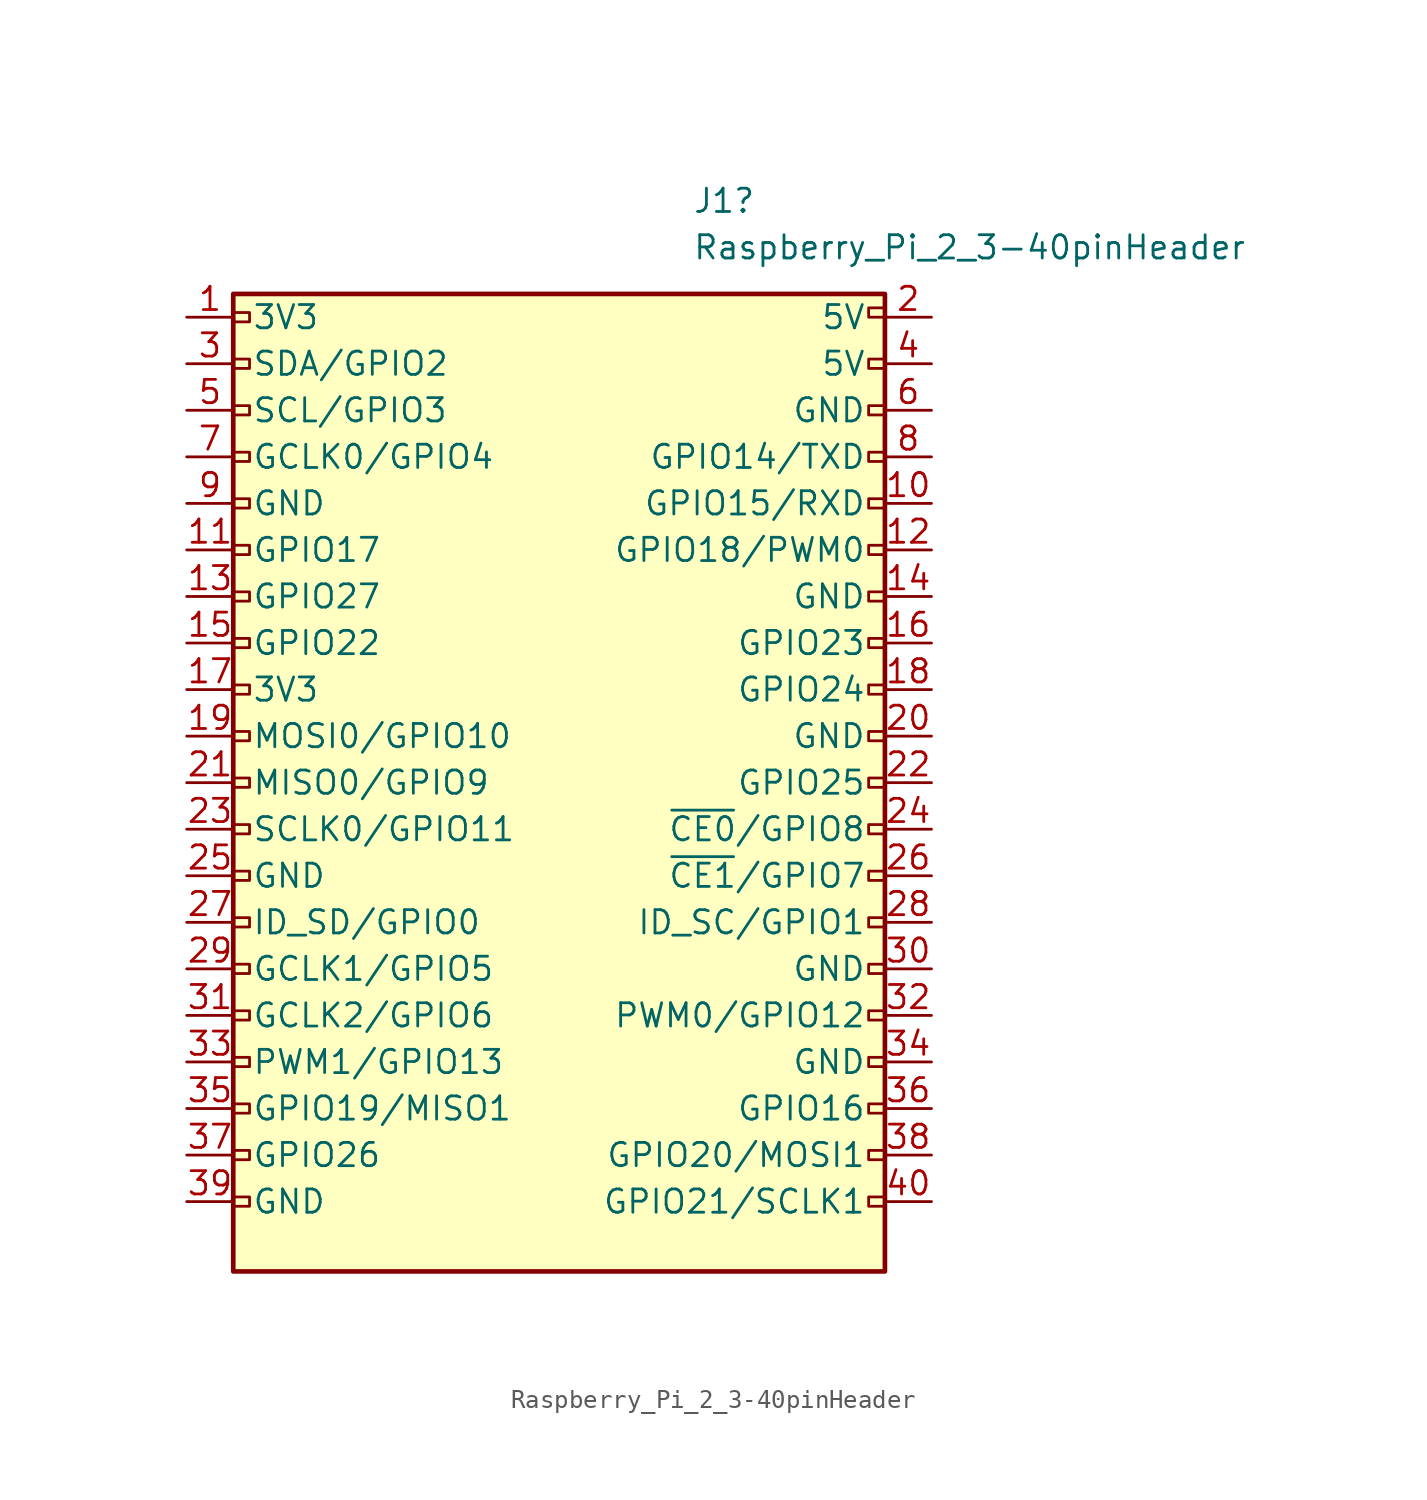
<source format=kicad_sym>
(kicad_symbol_lib
  (version 20220914)
  (generator kicad_symbol_editor)
  (symbol "Raspberry_Pi_2_3-40pinHeader"
    (pin_names
      (offset 1.016))
    (property "Reference" "J1"
      (at 7.274 35.56 0)
      (effects (font (size 1.27 1.27)) (justify left)))
    (property "Value" "Raspberry_Pi_2_3-40pinHeader"
      (at 7.274 33.02 0)
      (effects (font (size 1.27 1.27)) (justify left)))
    (symbol "Raspberry_Pi_2_3-40pinHeader_0_1"
      (rectangle (start -17.78 30.48) (end 17.78 -22.86) (stroke (width 0.254) (type default)) (fill (type background))))
    (symbol "Raspberry_Pi_2_3-40pinHeader_1_1"
      (rectangle (start -17.78 -11.684) (end -16.891 -11.176) (stroke (width 0) (type default)) (fill (type none)))
      (rectangle (start -17.78 -9.144) (end -16.891 -8.636) (stroke (width 0) (type default)) (fill (type none)))
      (rectangle (start -17.78 -6.604) (end -16.891 -6.096) (stroke (width 0) (type default)) (fill (type none)))
      (rectangle (start -17.78 -4.064) (end -16.891 -3.556) (stroke (width 0) (type default)) (fill (type none)))
      (rectangle (start -17.78 1.016) (end -16.891 1.524) (stroke (width 0) (type default)) (fill (type none)))
      (rectangle (start -17.78 3.556) (end -16.891 4.064) (stroke (width 0) (type default)) (fill (type none)))
      (rectangle (start -17.78 6.096) (end -16.891 6.604) (stroke (width 0) (type default)) (fill (type none)))
      (rectangle (start -17.78 8.636) (end -16.891 9.144) (stroke (width 0) (type default)) (fill (type none)))
      (rectangle (start -17.78 21.336) (end -16.891 21.844) (stroke (width 0) (type default)) (fill (type none)))
      (rectangle (start -17.78 23.876) (end -16.891 24.384) (stroke (width 0) (type default)) (fill (type none)))
      (rectangle (start -17.78 26.416) (end -16.891 26.924) (stroke (width 0) (type default)) (fill (type none)))
      (rectangle (start -17.78 28.956) (end -16.891 29.464) (stroke (width 0) (type default)) (fill (type none)))
      (rectangle (start -16.891 -18.796) (end -17.78 -19.304) (stroke (width 0) (type default)) (fill (type none)))
      (rectangle (start -16.891 -16.256) (end -17.78 -16.764) (stroke (width 0) (type default)) (fill (type none)))
      (rectangle (start -16.891 -13.716) (end -17.78 -14.224) (stroke (width 0) (type default)) (fill (type none)))
      (rectangle (start -16.891 -1.016) (end -17.78 -1.524) (stroke (width 0) (type default)) (fill (type none)))
      (rectangle (start -16.891 11.684) (end -17.78 11.176) (stroke (width 0) (type default)) (fill (type none)))
      (rectangle (start -16.891 14.224) (end -17.78 13.716) (stroke (width 0) (type default)) (fill (type none)))
      (rectangle (start -16.891 16.764) (end -17.78 16.256) (stroke (width 0) (type default)) (fill (type none)))
      (rectangle (start -16.891 19.304) (end -17.78 18.796) (stroke (width 0) (type default)) (fill (type none)))
      (rectangle (start 16.891 -19.304) (end 17.78 -18.796) (stroke (width 0) (type default)) (fill (type none)))
      (rectangle (start 16.891 -16.764) (end 17.78 -16.256) (stroke (width 0) (type default)) (fill (type none)))
      (rectangle (start 16.891 -14.224) (end 17.78 -13.716) (stroke (width 0) (type default)) (fill (type none)))
      (rectangle (start 16.891 -11.684) (end 17.78 -11.176) (stroke (width 0) (type default)) (fill (type none)))
      (rectangle (start 16.891 -6.604) (end 17.78 -6.096) (stroke (width 0) (type default)) (fill (type none)))
      (rectangle (start 16.891 1.524) (end 17.78 1.016) (stroke (width 0) (type default)) (fill (type none)))
      (rectangle (start 16.891 3.556) (end 17.78 4.064) (stroke (width 0) (type default)) (fill (type none)))
      (rectangle (start 16.891 6.096) (end 17.78 6.604) (stroke (width 0) (type default)) (fill (type none)))
      (rectangle (start 16.891 13.716) (end 17.78 14.224) (stroke (width 0) (type default)) (fill (type none)))
      (rectangle (start 16.891 16.256) (end 17.78 16.764) (stroke (width 0) (type default)) (fill (type none)))
      (rectangle (start 16.891 18.796) (end 17.78 19.304) (stroke (width 0) (type default)) (fill (type none)))
      (rectangle (start 16.891 21.336) (end 17.78 21.844) (stroke (width 0) (type default)) (fill (type none)))
      (rectangle (start 16.891 23.876) (end 17.78 24.384) (stroke (width 0) (type default)) (fill (type none)))
      (rectangle (start 17.78 -8.636) (end 16.891 -9.144) (stroke (width 0) (type default)) (fill (type none)))
      (rectangle (start 17.78 -3.556) (end 16.891 -4.064) (stroke (width 0) (type default)) (fill (type none)))
      (rectangle (start 17.78 -1.016) (end 16.891 -1.524) (stroke (width 0) (type default)) (fill (type none)))
      (rectangle (start 17.78 8.636) (end 16.891 9.144) (stroke (width 0) (type default)) (fill (type none)))
      (rectangle (start 17.78 11.176) (end 16.891 11.684) (stroke (width 0) (type default)) (fill (type none)))
      (rectangle (start 17.78 26.924) (end 16.891 26.416) (stroke (width 0) (type default)) (fill (type none)))
      (rectangle (start 17.78 29.21) (end 16.891 29.718) (stroke (width 0) (type default)) (fill (type none)))
      (pin power_in line (at -20.32 29.21 0) (length 2.54) (name "3V3" (effects (font (size 1.27 1.27)))) (number "1" (effects (font (size 1.27 1.27)))))
      (pin bidirectional line (at 20.32 19.05 180) (length 2.54) (name "GPIO15/RXD" (effects (font (size 1.27 1.27)))) (number "10" (effects (font (size 1.27 1.27)))))
      (pin bidirectional line (at -20.32 16.51 0) (length 2.54) (name "GPIO17" (effects (font (size 1.27 1.27)))) (number "11" (effects (font (size 1.27 1.27)))))
      (pin bidirectional line (at 20.32 16.51 180) (length 2.54) (name "GPIO18/PWM0" (effects (font (size 1.27 1.27)))) (number "12" (effects (font (size 1.27 1.27)))))
      (pin bidirectional line (at -20.32 13.97 0) (length 2.54) (name "GPIO27" (effects (font (size 1.27 1.27)))) (number "13" (effects (font (size 1.27 1.27)))))
      (pin power_in line (at 20.32 13.97 180) (length 2.54) (name "GND" (effects (font (size 1.27 1.27)))) (number "14" (effects (font (size 1.27 1.27)))))
      (pin bidirectional line (at -20.32 11.43 0) (length 2.54) (name "GPIO22" (effects (font (size 1.27 1.27)))) (number "15" (effects (font (size 1.27 1.27)))))
      (pin bidirectional line (at 20.32 11.43 180) (length 2.54) (name "GPIO23" (effects (font (size 1.27 1.27)))) (number "16" (effects (font (size 1.27 1.27)))))
      (pin power_in line (at -20.32 8.89 0) (length 2.54) (name "3V3" (effects (font (size 1.27 1.27)))) (number "17" (effects (font (size 1.27 1.27)))))
      (pin bidirectional line (at 20.32 8.89 180) (length 2.54) (name "GPIO24" (effects (font (size 1.27 1.27)))) (number "18" (effects (font (size 1.27 1.27)))))
      (pin bidirectional line (at -20.32 6.35 0) (length 2.54) (name "MOSI0/GPIO10" (effects (font (size 1.27 1.27)))) (number "19" (effects (font (size 1.27 1.27)))))
      (pin power_in line (at 20.32 29.21 180) (length 2.54) (name "5V" (effects (font (size 1.27 1.27)))) (number "2" (effects (font (size 1.27 1.27)))))
      (pin power_in line (at 20.32 6.35 180) (length 2.54) (name "GND" (effects (font (size 1.27 1.27)))) (number "20" (effects (font (size 1.27 1.27)))))
      (pin bidirectional line (at -20.32 3.81 0) (length 2.54) (name "MISO0/GPIO9" (effects (font (size 1.27 1.27)))) (number "21" (effects (font (size 1.27 1.27)))))
      (pin bidirectional line (at 20.32 3.81 180) (length 2.54) (name "GPIO25" (effects (font (size 1.27 1.27)))) (number "22" (effects (font (size 1.27 1.27)))))
      (pin bidirectional line (at -20.32 1.27 0) (length 2.54) (name "SCLK0/GPIO11" (effects (font (size 1.27 1.27)))) (number "23" (effects (font (size 1.27 1.27)))))
      (pin bidirectional line (at 20.32 1.27 180) (length 2.54) (name "~{CE0}/GPIO8" (effects (font (size 1.27 1.27)))) (number "24" (effects (font (size 1.27 1.27)))))
      (pin power_in line (at -20.32 -1.27 0) (length 2.54) (name "GND" (effects (font (size 1.27 1.27)))) (number "25" (effects (font (size 1.27 1.27)))))
      (pin bidirectional line (at 20.32 -1.27 180) (length 2.54) (name "~{CE1}/GPIO7" (effects (font (size 1.27 1.27)))) (number "26" (effects (font (size 1.27 1.27)))))
      (pin bidirectional line (at -20.32 -3.81 0) (length 2.54) (name "ID_SD/GPIO0" (effects (font (size 1.27 1.27)))) (number "27" (effects (font (size 1.27 1.27)))))
      (pin bidirectional line (at 20.32 -3.81 180) (length 2.54) (name "ID_SC/GPIO1" (effects (font (size 1.27 1.27)))) (number "28" (effects (font (size 1.27 1.27)))))
      (pin bidirectional line (at -20.32 -6.35 0) (length 2.54) (name "GCLK1/GPIO5" (effects (font (size 1.27 1.27)))) (number "29" (effects (font (size 1.27 1.27)))))
      (pin bidirectional line (at -20.32 26.67 0) (length 2.54) (name "SDA/GPIO2" (effects (font (size 1.27 1.27)))) (number "3" (effects (font (size 1.27 1.27)))))
      (pin power_in line (at 20.32 -6.35 180) (length 2.54) (name "GND" (effects (font (size 1.27 1.27)))) (number "30" (effects (font (size 1.27 1.27)))))
      (pin bidirectional line (at -20.32 -8.89 0) (length 2.54) (name "GCLK2/GPIO6" (effects (font (size 1.27 1.27)))) (number "31" (effects (font (size 1.27 1.27)))))
      (pin bidirectional line (at 20.32 -8.89 180) (length 2.54) (name "PWM0/GPIO12" (effects (font (size 1.27 1.27)))) (number "32" (effects (font (size 1.27 1.27)))))
      (pin bidirectional line (at -20.32 -11.43 0) (length 2.54) (name "PWM1/GPIO13" (effects (font (size 1.27 1.27)))) (number "33" (effects (font (size 1.27 1.27)))))
      (pin power_in line (at 20.32 -11.43 180) (length 2.54) (name "GND" (effects (font (size 1.27 1.27)))) (number "34" (effects (font (size 1.27 1.27)))))
      (pin bidirectional line (at -20.32 -13.97 0) (length 2.54) (name "GPIO19/MISO1" (effects (font (size 1.27 1.27)))) (number "35" (effects (font (size 1.27 1.27)))))
      (pin bidirectional line (at 20.32 -13.97 180) (length 2.54) (name "GPIO16" (effects (font (size 1.27 1.27)))) (number "36" (effects (font (size 1.27 1.27)))))
      (pin bidirectional line (at -20.32 -16.51 0) (length 2.54) (name "GPIO26" (effects (font (size 1.27 1.27)))) (number "37" (effects (font (size 1.27 1.27)))))
      (pin bidirectional line (at 20.32 -16.51 180) (length 2.54) (name "GPIO20/MOSI1" (effects (font (size 1.27 1.27)))) (number "38" (effects (font (size 1.27 1.27)))))
      (pin power_in line (at -20.32 -19.05 0) (length 2.54) (name "GND" (effects (font (size 1.27 1.27)))) (number "39" (effects (font (size 1.27 1.27)))))
      (pin power_in line (at 20.32 26.67 180) (length 2.54) (name "5V" (effects (font (size 1.27 1.27)))) (number "4" (effects (font (size 1.27 1.27)))))
      (pin bidirectional line (at 20.32 -19.05 180) (length 2.54) (name "GPIO21/SCLK1" (effects (font (size 1.27 1.27)))) (number "40" (effects (font (size 1.27 1.27)))))
      (pin bidirectional line (at -20.32 24.13 0) (length 2.54) (name "SCL/GPIO3" (effects (font (size 1.27 1.27)))) (number "5" (effects (font (size 1.27 1.27)))))
      (pin power_in line (at 20.32 24.13 180) (length 2.54) (name "GND" (effects (font (size 1.27 1.27)))) (number "6" (effects (font (size 1.27 1.27)))))
      (pin bidirectional line (at -20.32 21.59 0) (length 2.54) (name "GCLK0/GPIO4" (effects (font (size 1.27 1.27)))) (number "7" (effects (font (size 1.27 1.27)))))
      (pin bidirectional line (at 20.32 21.59 180) (length 2.54) (name "GPIO14/TXD" (effects (font (size 1.27 1.27)))) (number "8" (effects (font (size 1.27 1.27)))))
      (pin power_in line (at -20.32 19.05 0) (length 2.54) (name "GND" (effects (font (size 1.27 1.27)))) (number "9" (effects (font (size 1.27 1.27))))))))
</source>
